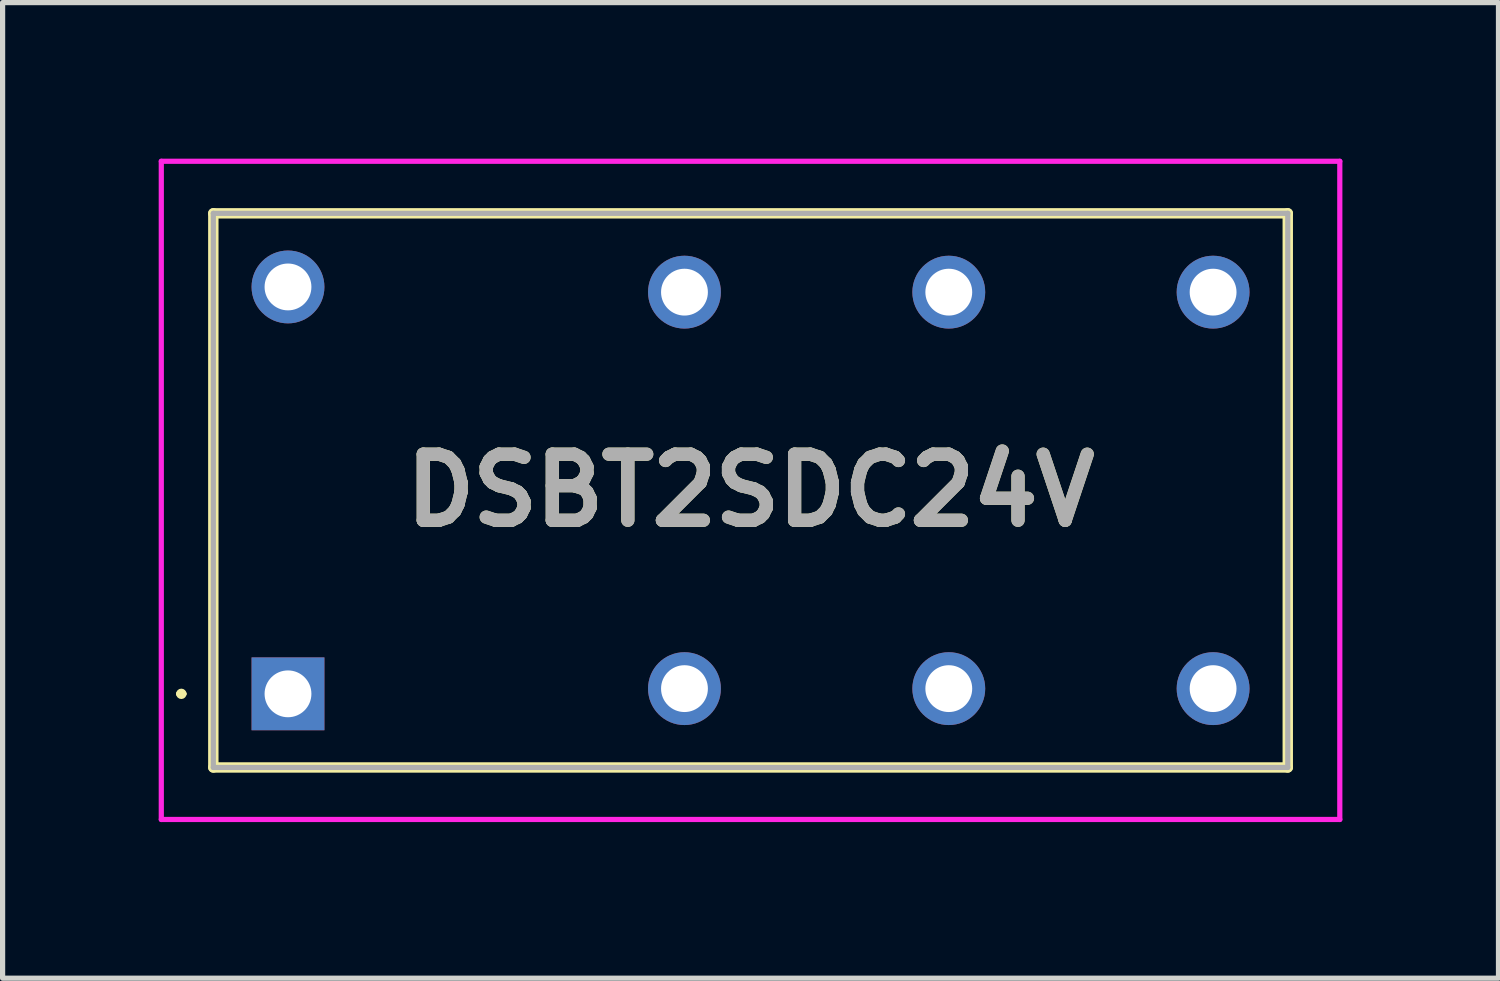
<source format=kicad_pcb>
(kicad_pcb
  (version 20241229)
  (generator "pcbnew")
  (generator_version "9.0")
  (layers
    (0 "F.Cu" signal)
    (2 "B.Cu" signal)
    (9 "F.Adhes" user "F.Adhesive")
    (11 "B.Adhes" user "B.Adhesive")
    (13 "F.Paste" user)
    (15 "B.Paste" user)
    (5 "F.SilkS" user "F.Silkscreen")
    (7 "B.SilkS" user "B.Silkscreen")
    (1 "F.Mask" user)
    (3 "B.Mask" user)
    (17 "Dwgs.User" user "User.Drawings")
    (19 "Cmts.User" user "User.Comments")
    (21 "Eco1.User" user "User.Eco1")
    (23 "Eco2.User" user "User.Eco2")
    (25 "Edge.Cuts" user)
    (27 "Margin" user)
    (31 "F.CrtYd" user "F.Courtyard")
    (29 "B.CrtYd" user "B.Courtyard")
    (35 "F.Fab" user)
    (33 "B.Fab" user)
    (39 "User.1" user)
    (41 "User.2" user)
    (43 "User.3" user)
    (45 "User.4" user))
  (footprint "DSBT2SDC24V"
    (layer "F.Cu")
    (at 2.485 10.285)
    (property "Reference" "DSBT2SDC24V" (at 8.89 -3.91 0) (layer "F.SilkS") (effects (font (size 1.27 1.27) (thickness 0.254))))
    (attr through_hole)
    (fp_line (start -2.1 0) (end -2.1 0) (stroke (width 0.1) (type solid)) (layer "F.SilkS"))
    (fp_line (start -2 0) (end -2 0) (stroke (width 0.1) (type solid)) (layer "F.SilkS"))
    (fp_line (start -1.435 -9.235) (end 19.215 -9.235) (stroke (width 0.2) (type solid)) (layer "F.SilkS"))
    (fp_line (start -1.435 1.415) (end -1.435 -9.235) (stroke (width 0.2) (type solid)) (layer "F.SilkS"))
    (fp_line (start 19.215 -9.235) (end 19.215 1.415) (stroke (width 0.2) (type solid)) (layer "F.SilkS"))
    (fp_line (start 19.215 1.415) (end -1.435 1.415) (stroke (width 0.2) (type solid)) (layer "F.SilkS"))
    (fp_arc (start -2.1 0) (mid -2.05 -0.05) (end -2 0) (stroke (width 0.1) (type solid)) (layer "F.SilkS"))
    (fp_arc (start -2 0) (mid -2.05 0.05) (end -2.1 0) (stroke (width 0.1) (type solid)) (layer "F.SilkS"))
    (fp_line (start -2.435 -10.235) (end 20.215 -10.235) (stroke (width 0.1) (type solid)) (layer "F.CrtYd"))
    (fp_line (start -2.435 2.415) (end -2.435 -10.235) (stroke (width 0.1) (type solid)) (layer "F.CrtYd"))
    (fp_line (start 20.215 -10.235) (end 20.215 2.415) (stroke (width 0.1) (type solid)) (layer "F.CrtYd"))
    (fp_line (start 20.215 2.415) (end -2.435 2.415) (stroke (width 0.1) (type solid)) (layer "F.CrtYd"))
    (fp_line (start -1.435 -9.235) (end 19.215 -9.235) (stroke (width 0.1) (type solid)) (layer "F.Fab"))
    (fp_line (start -1.435 1.415) (end -1.435 -9.235) (stroke (width 0.1) (type solid)) (layer "F.Fab"))
    (fp_line (start 19.215 -9.235) (end 19.215 1.415) (stroke (width 0.1) (type solid)) (layer "F.Fab"))
    (fp_line (start 19.215 1.415) (end -1.435 1.415) (stroke (width 0.1) (type solid)) (layer "F.Fab"))
    (fp_text user "${REFERENCE}" (at 8.89 -3.91 0) (layer "F.Fab") (effects (font (size 1.27 1.27) (thickness 0.254))))
    (pad "1" thru_hole rect (at 0 0) (size 1.4 1.4) (drill 0.9) (layers "*.Cu" "*.Mask"))
    (pad "4" thru_hole circle (at 7.62 -0.1) (size 1.4 1.4) (drill 0.9) (layers "*.Cu" "*.Mask"))
    (pad "6" thru_hole circle (at 12.7 -0.1) (size 1.4 1.4) (drill 0.9) (layers "*.Cu" "*.Mask"))
    (pad "8" thru_hole circle (at 17.78 -0.1) (size 1.4 1.4) (drill 0.9) (layers "*.Cu" "*.Mask"))
    (pad "9" thru_hole circle (at 17.78 -7.72) (size 1.4 1.4) (drill 0.9) (layers "*.Cu" "*.Mask"))
    (pad "11" thru_hole circle (at 12.7 -7.72) (size 1.4 1.4) (drill 0.9) (layers "*.Cu" "*.Mask"))
    (pad "13" thru_hole circle (at 7.62 -7.72) (size 1.4 1.4) (drill 0.9) (layers "*.Cu" "*.Mask"))
    (pad "16" thru_hole circle (at 0 -7.82) (size 1.4 1.4) (drill 0.9) (layers "*.Cu" "*.Mask")))
  (gr_rect
    (start -3 -3)
    (end 25.75 15.75)
    (stroke (width 0.1) (type default))
    (fill no)
    (layer "Edge.Cuts")))
</source>
